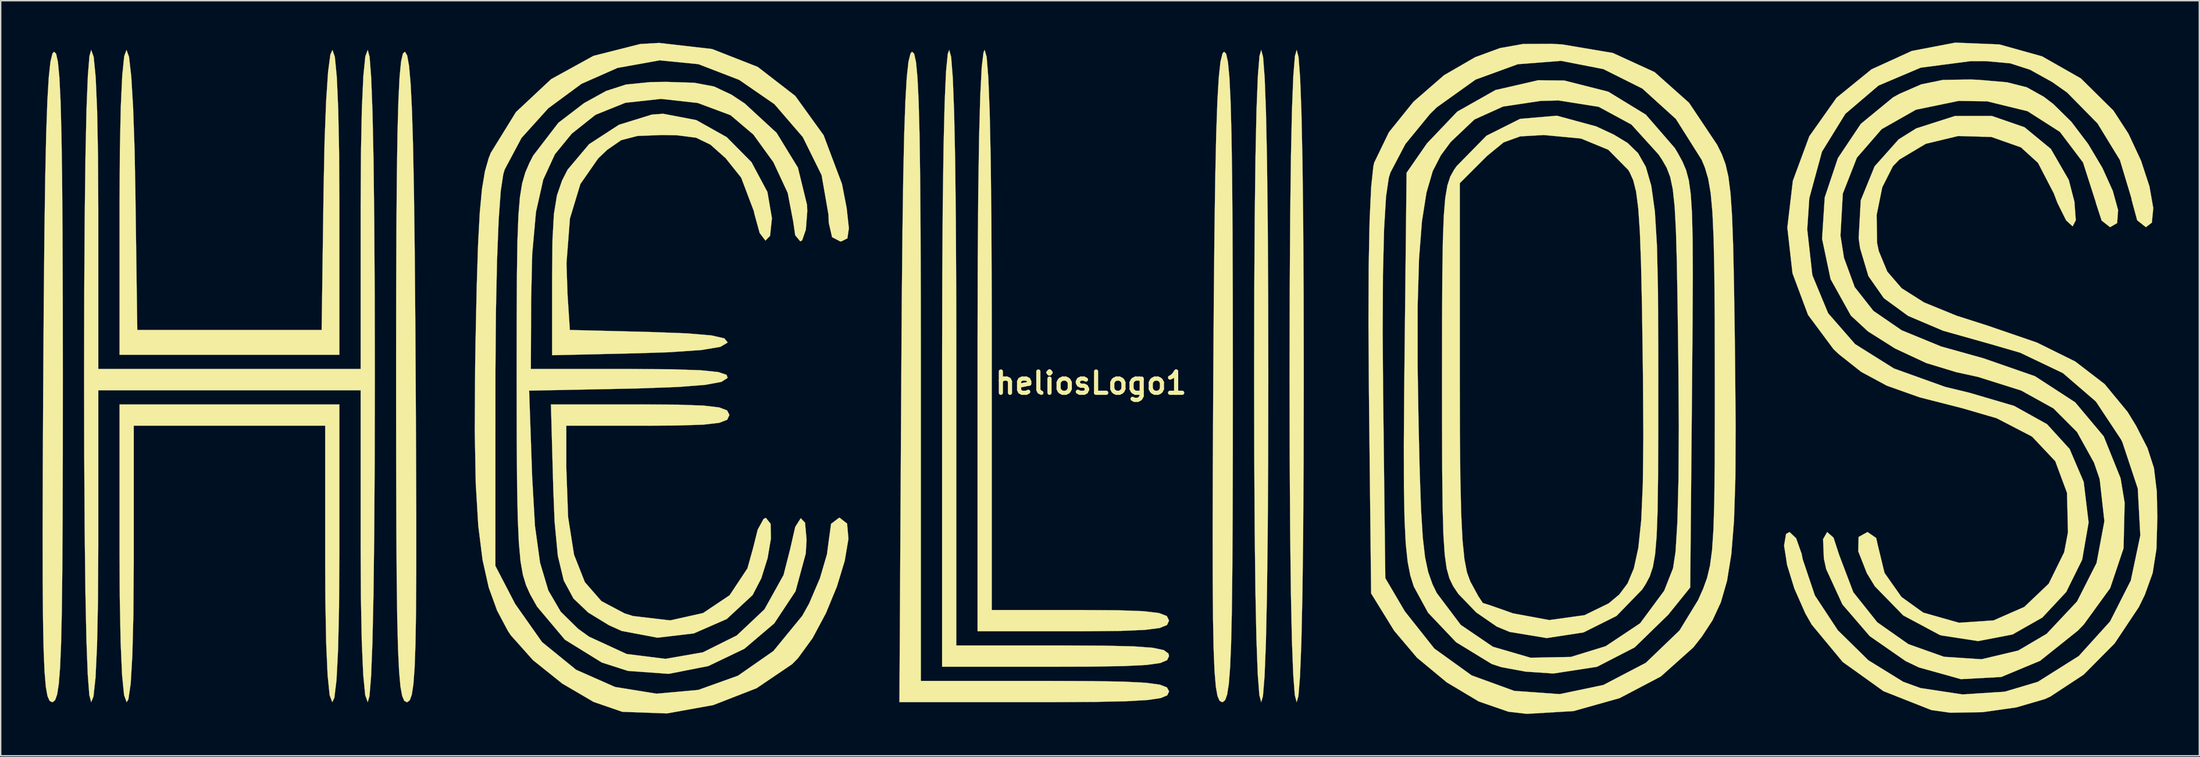
<source format=kicad_pcb>
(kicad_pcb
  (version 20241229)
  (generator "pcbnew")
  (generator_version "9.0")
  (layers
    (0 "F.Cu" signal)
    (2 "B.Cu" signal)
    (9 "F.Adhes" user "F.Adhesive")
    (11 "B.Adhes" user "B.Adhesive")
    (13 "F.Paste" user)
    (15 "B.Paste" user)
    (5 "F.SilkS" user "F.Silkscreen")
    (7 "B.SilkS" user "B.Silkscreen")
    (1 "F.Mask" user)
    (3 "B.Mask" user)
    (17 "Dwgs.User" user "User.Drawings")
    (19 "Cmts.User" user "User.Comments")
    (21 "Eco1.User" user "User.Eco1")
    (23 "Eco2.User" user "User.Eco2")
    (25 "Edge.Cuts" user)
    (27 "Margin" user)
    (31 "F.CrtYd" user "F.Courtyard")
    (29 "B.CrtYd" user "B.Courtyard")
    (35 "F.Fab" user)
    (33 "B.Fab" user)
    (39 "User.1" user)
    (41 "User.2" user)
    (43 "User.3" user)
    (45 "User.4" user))
  (footprint "heliosLogo1"
    (layer "F.Cu")
    (at 75.111 24.405)
    (property "Reference" "heliosLogo1" (at 0 0 0) (layer "F.SilkS") (effects (font (size 1.524 1.524) (thickness 0.3))))
    (attr through_hole)
    (fp_poly (pts (xy -68.918 -23.384) (xy -68.757 -21.968) (xy -68.623 -19.724) (xy -68.52 -16.743) (xy -68.464 -13.843) (xy -68.326 -3.81) (xy -55.118 -3.81) (xy -54.98 -13.843) (xy -54.908 -17.354) (xy -54.798 -20.204) (xy -54.658 -22.3) (xy -54.493 -23.549) (xy -54.345 -23.876) (xy -54.173 -23.381) (xy -54.034 -21.943) (xy -53.931 -19.638) (xy -53.868 -16.54) (xy -53.848 -12.954) (xy -53.848 -2.032) (xy -69.596 -2.032) (xy -69.596 -12.954) (xy -69.573 -16.734) (xy -69.508 -19.79) (xy -69.403 -22.048) (xy -69.262 -23.434) (xy -69.099 -23.876) (xy -68.918 -23.384)) (stroke (width 0.01) (type solid)) (fill yes) (layer "F.SilkS"))
    (fp_poly (pts (xy -53.848 12.192) (xy -53.872 16.043) (xy -53.941 19.089) (xy -54.054 21.273) (xy -54.207 22.542) (xy -54.356 22.86) (xy -54.545 22.363) (xy -54.692 20.911) (xy -54.796 18.566) (xy -54.854 15.389) (xy -54.864 12.954) (xy -54.864 3.048) (xy -68.58 3.048) (xy -68.58 12.954) (xy -68.606 16.63) (xy -68.68 19.513) (xy -68.8 21.542) (xy -68.963 22.656) (xy -69.088 22.86) (xy -69.271 22.362) (xy -69.416 20.903) (xy -69.52 18.539) (xy -69.581 15.326) (xy -69.596 12.192) (xy -69.596 1.524) (xy -53.848 1.524) (xy -53.848 12.192)) (stroke (width 0.01) (type solid)) (fill yes) (layer "F.SilkS"))
    (fp_poly (pts (xy 12.326 -23.371) (xy 12.44 -21.869) (xy 12.534 -19.387) (xy 12.607 -15.945) (xy 12.659 -11.56) (xy 12.691 -6.251) (xy 12.7 -0.508) (xy 12.689 5.643) (xy 12.656 10.887) (xy 12.602 15.205) (xy 12.528 18.58) (xy 12.432 20.992) (xy 12.317 22.424) (xy 12.192 22.86) (xy 12.058 22.355) (xy 11.944 20.853) (xy 11.85 18.371) (xy 11.777 14.929) (xy 11.725 10.544) (xy 11.693 5.235) (xy 11.684 -0.508) (xy 11.695 -6.659) (xy 11.728 -11.903) (xy 11.782 -16.221) (xy 11.856 -19.596) (xy 11.952 -22.008) (xy 12.067 -23.44) (xy 12.192 -23.876) (xy 12.326 -23.371)) (stroke (width 0.01) (type solid)) (fill yes) (layer "F.SilkS"))
    (fp_poly (pts (xy 14.866 -23.371) (xy 14.98 -21.869) (xy 15.074 -19.387) (xy 15.147 -15.945) (xy 15.199 -11.56) (xy 15.231 -6.251) (xy 15.24 -0.508) (xy 15.229 5.643) (xy 15.196 10.887) (xy 15.142 15.205) (xy 15.068 18.58) (xy 14.972 20.992) (xy 14.857 22.424) (xy 14.732 22.86) (xy 14.598 22.355) (xy 14.484 20.853) (xy 14.39 18.371) (xy 14.317 14.929) (xy 14.265 10.544) (xy 14.233 5.235) (xy 14.224 -0.508) (xy 14.235 -6.659) (xy 14.268 -11.903) (xy 14.322 -16.221) (xy 14.396 -19.596) (xy 14.492 -22.008) (xy 14.607 -23.44) (xy 14.732 -23.876) (xy 14.866 -23.371)) (stroke (width 0.01) (type solid)) (fill yes) (layer "F.SilkS"))
    (fp_poly (pts (xy -10.021 -23.372) (xy -9.903 -21.872) (xy -9.808 -19.399) (xy -9.734 -15.972) (xy -9.684 -11.614) (xy -9.657 -6.344) (xy -9.652 -2.54) (xy -9.652 18.796) (xy -2.032 18.796) (xy 0.95 18.81) (xy 3.058 18.861) (xy 4.433 18.963) (xy 5.215 19.13) (xy 5.547 19.377) (xy 5.588 19.558) (xy 5.453 19.848) (xy 4.958 20.056) (xy 3.965 20.194) (xy 2.337 20.275) (xy -0.064 20.313) (xy -2.54 20.32) (xy -10.668 20.32) (xy -10.668 -1.778) (xy -10.656 -7.735) (xy -10.622 -12.789) (xy -10.565 -16.923) (xy -10.486 -20.115) (xy -10.386 -22.345) (xy -10.264 -23.595) (xy -10.16 -23.876) (xy -10.021 -23.372)) (stroke (width 0.01) (type solid)) (fill yes) (layer "F.SilkS"))
    (fp_poly (pts (xy -7.477 -23.372) (xy -7.357 -21.875) (xy -7.26 -19.408) (xy -7.187 -15.993) (xy -7.138 -11.654) (xy -7.115 -6.413) (xy -7.112 -3.81) (xy -7.112 16.256) (xy -0.762 16.256) (xy 1.928 16.274) (xy 3.755 16.34) (xy 4.872 16.473) (xy 5.432 16.69) (xy 5.588 17.011) (xy 5.588 17.018) (xy 5.443 17.33) (xy 4.911 17.546) (xy 3.842 17.682) (xy 2.09 17.754) (xy -0.493 17.779) (xy -1.27 17.78) (xy -8.128 17.78) (xy -8.128 -3.048) (xy -8.116 -8.804) (xy -8.079 -13.665) (xy -8.019 -17.608) (xy -7.935 -20.613) (xy -7.829 -22.657) (xy -7.701 -23.718) (xy -7.62 -23.876) (xy -7.477 -23.372)) (stroke (width 0.01) (type solid)) (fill yes) (layer "F.SilkS"))
    (fp_poly (pts (xy -12.67 -23.606) (xy -12.54 -23.014) (xy -12.434 -21.901) (xy -12.35 -20.195) (xy -12.286 -17.822) (xy -12.241 -14.711) (xy -12.211 -10.789) (xy -12.196 -5.983) (xy -12.192 -1.312) (xy -12.192 21.336) (xy -3.302 21.336) (xy -0.05 21.347) (xy 2.319 21.388) (xy 3.935 21.47) (xy 4.931 21.605) (xy 5.438 21.803) (xy 5.587 22.076) (xy 5.588 22.098) (xy 5.462 22.367) (xy 4.999 22.565) (xy 4.073 22.704) (xy 2.556 22.792) (xy 0.322 22.841) (xy -2.757 22.859) (xy -4.069 22.86) (xy -13.726 22.86) (xy -13.594 -0.339) (xy -13.556 -6.063) (xy -13.509 -10.842) (xy -13.453 -14.745) (xy -13.384 -17.845) (xy -13.3 -20.211) (xy -13.2 -21.913) (xy -13.08 -23.023) (xy -12.938 -23.611) (xy -12.827 -23.749) (xy -12.67 -23.606)) (stroke (width 0.01) (type solid)) (fill yes) (layer "F.SilkS"))
    (fp_poly (pts (xy -74.141 -23.606) (xy -74.012 -23.016) (xy -73.907 -21.909) (xy -73.823 -20.213) (xy -73.759 -17.856) (xy -73.712 -14.767) (xy -73.682 -10.875) (xy -73.665 -6.108) (xy -73.66 -0.55) (xy -73.663 4.988) (xy -73.674 9.593) (xy -73.697 13.349) (xy -73.732 16.339) (xy -73.784 18.646) (xy -73.856 20.354) (xy -73.949 21.546) (xy -74.066 22.304) (xy -74.211 22.713) (xy -74.385 22.856) (xy -74.427 22.86) (xy -74.609 22.766) (xy -74.758 22.427) (xy -74.878 21.759) (xy -74.969 20.679) (xy -75.036 19.103) (xy -75.079 16.948) (xy -75.102 14.128) (xy -75.106 10.561) (xy -75.095 6.162) (xy -75.069 0.848) (xy -75.062 -0.339) (xy -75.024 -6.063) (xy -74.977 -10.842) (xy -74.921 -14.745) (xy -74.852 -17.845) (xy -74.768 -20.211) (xy -74.668 -21.913) (xy -74.548 -23.023) (xy -74.406 -23.611) (xy -74.295 -23.749) (xy -74.141 -23.606)) (stroke (width 0.01) (type solid)) (fill yes) (layer "F.SilkS"))
    (fp_poly (pts (xy -48.991 -23.479) (xy -48.857 -22.735) (xy -48.743 -21.448) (xy -48.648 -19.545) (xy -48.569 -16.958) (xy -48.504 -13.614) (xy -48.451 -9.444) (xy -48.408 -4.377) (xy -48.382 -0.339) (xy -48.354 5.169) (xy -48.339 9.745) (xy -48.34 13.473) (xy -48.358 16.436) (xy -48.398 18.719) (xy -48.459 20.405) (xy -48.546 21.578) (xy -48.66 22.321) (xy -48.803 22.72) (xy -48.978 22.857) (xy -49.017 22.86) (xy -49.198 22.764) (xy -49.349 22.419) (xy -49.472 21.742) (xy -49.57 20.651) (xy -49.646 19.062) (xy -49.702 16.89) (xy -49.741 14.054) (xy -49.766 10.47) (xy -49.779 6.055) (xy -49.784 0.724) (xy -49.784 -0.55) (xy -49.779 -6.239) (xy -49.762 -10.983) (xy -49.731 -14.854) (xy -49.684 -17.924) (xy -49.619 -20.263) (xy -49.535 -21.944) (xy -49.429 -23.037) (xy -49.3 -23.614) (xy -49.149 -23.749) (xy -48.991 -23.479)) (stroke (width 0.01) (type solid)) (fill yes) (layer "F.SilkS"))
    (fp_poly (pts (xy 9.679 -23.606) (xy 9.808 -23.016) (xy 9.913 -21.909) (xy 9.997 -20.213) (xy 10.061 -17.856) (xy 10.108 -14.767) (xy 10.138 -10.875) (xy 10.155 -6.108) (xy 10.16 -0.55) (xy 10.157 4.988) (xy 10.146 9.593) (xy 10.123 13.349) (xy 10.088 16.339) (xy 10.036 18.646) (xy 9.964 20.354) (xy 9.871 21.546) (xy 9.754 22.304) (xy 9.609 22.713) (xy 9.435 22.856) (xy 9.393 22.86) (xy 9.211 22.766) (xy 9.062 22.427) (xy 8.942 21.759) (xy 8.851 20.679) (xy 8.784 19.103) (xy 8.741 16.948) (xy 8.718 14.128) (xy 8.714 10.561) (xy 8.725 6.162) (xy 8.751 0.848) (xy 8.758 -0.339) (xy 8.796 -6.063) (xy 8.843 -10.842) (xy 8.899 -14.745) (xy 8.968 -17.845) (xy 9.052 -20.211) (xy 9.152 -21.913) (xy 9.272 -23.023) (xy 9.414 -23.611) (xy 9.525 -23.749) (xy 9.679 -23.606)) (stroke (width 0.01) (type solid)) (fill yes) (layer "F.SilkS"))
    (fp_poly (pts (xy -29.6 1.542) (xy -27.763 1.607) (xy -26.637 1.739) (xy -26.07 1.954) (xy -25.908 2.272) (xy -25.908 2.286) (xy -26.064 2.621) (xy -26.638 2.843) (xy -27.787 2.975) (xy -29.671 3.036) (xy -31.75 3.048) (xy -37.592 3.048) (xy -37.592 6.025) (xy -37.463 9.59) (xy -37.037 12.294) (xy -36.259 14.262) (xy -35.072 15.621) (xy -33.419 16.496) (xy -32.808 16.688) (xy -30.15 16.999) (xy -27.791 16.472) (xy -25.893 15.199) (xy -24.615 13.271) (xy -24.208 11.811) (xy -23.88 10.494) (xy -23.459 9.73) (xy -23.295 9.652) (xy -22.955 10.075) (xy -22.932 11.141) (xy -23.172 12.547) (xy -23.623 13.989) (xy -24.234 15.165) (xy -24.256 15.196) (xy -26.093 16.9) (xy -28.457 17.934) (xy -31.061 18.24) (xy -33.621 17.758) (xy -34.536 17.347) (xy -36.02 16.439) (xy -37.073 15.438) (xy -37.772 14.148) (xy -38.198 12.376) (xy -38.43 9.927) (xy -38.524 7.585) (xy -38.693 1.524) (xy -32.301 1.524) (xy -29.6 1.542)) (stroke (width 0.01) (type solid)) (fill yes) (layer "F.SilkS"))
    (fp_poly (pts (xy -28.279 -18.851) (xy -26.099 -17.628) (xy -24.329 -15.842) (xy -23.183 -13.7) (xy -22.86 -11.819) (xy -22.995 -10.554) (xy -23.326 -10.215) (xy -23.739 -10.758) (xy -24.12 -12.141) (xy -24.149 -12.307) (xy -25.063 -14.725) (xy -26.175 -16.117) (xy -27.265 -17.089) (xy -28.292 -17.587) (xy -29.679 -17.764) (xy -30.734 -17.78) (xy -32.493 -17.713) (xy -33.663 -17.409) (xy -34.668 -16.713) (xy -35.308 -16.102) (xy -36.582 -14.271) (xy -37.331 -11.799) (xy -37.579 -8.583) (xy -37.503 -6.35) (xy -37.338 -3.81) (xy -31.586 -3.666) (xy -28.939 -3.568) (xy -27.202 -3.421) (xy -26.269 -3.211) (xy -26.035 -2.922) (xy -26.04 -2.904) (xy -26.556 -2.6) (xy -27.915 -2.373) (xy -30.181 -2.217) (xy -32.427 -2.143) (xy -38.608 -2.001) (xy -38.608 -7.662) (xy -38.582 -10.275) (xy -38.478 -12.122) (xy -38.262 -13.454) (xy -37.896 -14.519) (xy -37.498 -15.298) (xy -35.961 -17.123) (xy -33.819 -18.515) (xy -31.459 -19.246) (xy -30.654 -19.304) (xy -28.279 -18.851)) (stroke (width 0.01) (type solid)) (fill yes) (layer "F.SilkS"))
    (fp_poly (pts (xy -51.682 -23.371) (xy -51.568 -21.869) (xy -51.474 -19.387) (xy -51.401 -15.945) (xy -51.349 -11.56) (xy -51.317 -6.251) (xy -51.308 -0.508) (xy -51.319 5.643) (xy -51.352 10.887) (xy -51.406 15.205) (xy -51.48 18.58) (xy -51.576 20.992) (xy -51.691 22.424) (xy -51.816 22.86) (xy -51.996 22.361) (xy -52.139 20.898) (xy -52.243 18.524) (xy -52.306 15.289) (xy -52.324 11.684) (xy -52.324 0.508) (xy -71.12 0.508) (xy -71.12 11.684) (xy -71.143 15.649) (xy -71.209 18.8) (xy -71.317 21.086) (xy -71.464 22.455) (xy -71.628 22.86) (xy -71.762 22.355) (xy -71.876 20.853) (xy -71.97 18.371) (xy -72.043 14.929) (xy -72.095 10.544) (xy -72.127 5.235) (xy -72.136 -0.508) (xy -72.125 -6.659) (xy -72.092 -11.903) (xy -72.038 -16.221) (xy -71.964 -19.596) (xy -71.868 -22.008) (xy -71.753 -23.44) (xy -71.628 -23.876) (xy -71.449 -23.377) (xy -71.307 -21.912) (xy -71.203 -19.533) (xy -71.14 -16.288) (xy -71.12 -12.446) (xy -71.12 -1.016) (xy -52.324 -1.016) (xy -52.324 -12.446) (xy -52.302 -16.466) (xy -52.237 -19.669) (xy -52.131 -22.005) (xy -51.987 -23.424) (xy -51.816 -23.876) (xy -51.682 -23.371)) (stroke (width 0.01) (type solid)) (fill yes) (layer "F.SilkS"))
    (fp_poly (pts (xy 65.078 -24.271) (xy 68.132 -23.418) (xy 70.91 -21.838) (xy 73.244 -19.531) (xy 74.318 -17.88) (xy 75.218 -15.951) (xy 75.825 -14.102) (xy 76.098 -12.548) (xy 75.998 -11.504) (xy 75.57 -11.176) (xy 74.944 -11.671) (xy 74.545 -13.15) (xy 74.53 -13.259) (xy 73.71 -15.984) (xy 72.106 -18.608) (xy 69.93 -20.821) (xy 68.86 -21.577) (xy 67.268 -22.459) (xy 65.849 -22.917) (xy 64.128 -23.073) (xy 63.031 -23.076) (xy 59.433 -22.605) (xy 56.415 -21.324) (xy 54.038 -19.297) (xy 52.365 -16.587) (xy 51.458 -13.259) (xy 51.308 -11.018) (xy 51.675 -7.738) (xy 52.806 -5.011) (xy 54.74 -2.796) (xy 57.522 -1.051) (xy 61.191 0.267) (xy 62.916 0.684) (xy 66.132 1.629) (xy 68.489 2.941) (xy 70.105 4.715) (xy 71.101 7.043) (xy 71.118 7.103) (xy 71.466 9.988) (xy 71.005 12.652) (xy 69.86 14.966) (xy 68.153 16.796) (xy 66.009 18.012) (xy 63.553 18.483) (xy 60.908 18.077) (xy 60.785 18.035) (xy 58.187 16.645) (xy 56.156 14.563) (xy 55.578 13.614) (xy 54.963 12.046) (xy 54.989 11.022) (xy 55.626 10.668) (xy 56.246 11.094) (xy 56.388 11.709) (xy 56.846 13.598) (xy 58.058 15.319) (xy 59.617 16.441) (xy 62.183 17.169) (xy 64.657 17) (xy 66.859 16.033) (xy 68.606 14.371) (xy 69.717 12.113) (xy 69.987 10.69) (xy 69.918 7.859) (xy 69.076 5.591) (xy 67.413 3.828) (xy 64.881 2.515) (xy 62.429 1.8) (xy 59.344 1.012) (xy 57.011 0.182) (xy 55.172 -0.809) (xy 53.566 -2.079) (xy 53.191 -2.435) (xy 51.365 -4.891) (xy 50.253 -7.869) (xy 49.883 -11.146) (xy 50.278 -14.499) (xy 51.459 -17.694) (xy 53.409 -20.451) (xy 55.912 -22.488) (xy 58.801 -23.805) (xy 61.912 -24.4) (xy 65.078 -24.271)) (stroke (width 0.01) (type solid)) (fill yes) (layer "F.SilkS"))
    (fp_poly (pts (xy 63.598 -21.734) (xy 65.625 -21.559) (xy 67.041 -21.199) (xy 68.254 -20.522) (xy 68.932 -20.006) (xy 70.234 -18.724) (xy 71.438 -17.133) (xy 72.455 -15.422) (xy 73.198 -13.781) (xy 73.579 -12.401) (xy 73.51 -11.471) (xy 73.005 -11.176) (xy 72.399 -11.647) (xy 71.987 -12.915) (xy 71.977 -12.975) (xy 71.066 -15.814) (xy 69.41 -18.005) (xy 67.09 -19.486) (xy 64.19 -20.196) (xy 62.15 -20.223) (xy 59.096 -19.593) (xy 56.641 -18.2) (xy 54.867 -16.157) (xy 53.856 -13.577) (xy 53.69 -10.57) (xy 53.941 -8.982) (xy 54.71 -6.882) (xy 56.05 -5.179) (xy 58.075 -3.789) (xy 60.903 -2.628) (xy 63.929 -1.783) (xy 67.625 -0.498) (xy 70.503 1.372) (xy 72.551 3.814) (xy 73.758 6.815) (xy 74.047 8.571) (xy 73.969 11.835) (xy 73.013 14.686) (xy 71.116 17.301) (xy 70.703 17.727) (xy 67.99 19.897) (xy 65.205 21.056) (xy 62.319 21.212) (xy 59.301 20.368) (xy 58.36 19.917) (xy 55.785 18.128) (xy 53.829 15.857) (xy 52.665 13.323) (xy 52.499 12.565) (xy 52.443 11.18) (xy 52.736 10.668) (xy 53.192 11.072) (xy 53.6 12.319) (xy 54.612 14.985) (xy 56.327 17.136) (xy 58.554 18.701) (xy 61.105 19.607) (xy 63.792 19.784) (xy 66.426 19.159) (xy 68.458 17.962) (xy 70.637 15.643) (xy 72.036 12.883) (xy 72.596 9.89) (xy 72.259 6.876) (xy 71.855 5.699) (xy 70.634 3.499) (xy 68.948 1.81) (xy 66.638 0.53) (xy 63.548 -0.445) (xy 61.976 -0.789) (xy 59.833 -1.441) (xy 57.604 -2.48) (xy 55.66 -3.708) (xy 54.435 -4.841) (xy 52.981 -7.455) (xy 52.372 -10.346) (xy 52.561 -13.305) (xy 53.502 -16.121) (xy 55.149 -18.582) (xy 57.456 -20.478) (xy 57.919 -20.733) (xy 59.483 -21.414) (xy 61.026 -21.729) (xy 63.004 -21.76) (xy 63.598 -21.734)) (stroke (width 0.01) (type solid)) (fill yes) (layer "F.SilkS"))
    (fp_poly (pts (xy -27.149 -23.944) (xy -23.874 -22.66) (xy -21.189 -20.582) (xy -19.157 -17.767) (xy -17.84 -14.268) (xy -17.51 -12.573) (xy -17.347 -11.099) (xy -17.455 -10.376) (xy -17.88 -10.163) (xy -17.976 -10.16) (xy -18.552 -10.461) (xy -18.789 -11.491) (xy -18.807 -12.065) (xy -19.302 -14.907) (xy -20.647 -17.629) (xy -22.683 -19.991) (xy -25.209 -21.732) (xy -28.126 -22.857) (xy -30.907 -23.131) (xy -33.912 -22.59) (xy -33.932 -22.584) (xy -36.508 -21.446) (xy -38.882 -19.696) (xy -40.799 -17.572) (xy -42.003 -15.313) (xy -42.104 -14.986) (xy -42.287 -13.783) (xy -42.439 -11.672) (xy -42.555 -8.757) (xy -42.633 -5.146) (xy -42.668 -0.945) (xy -42.669 0.069) (xy -42.672 13.092) (xy -41.256 15.817) (xy -39.329 18.553) (xy -36.889 20.537) (xy -34.101 21.769) (xy -31.13 22.251) (xy -28.138 21.982) (xy -25.292 20.962) (xy -22.753 19.192) (xy -20.688 16.671) (xy -20.193 15.784) (xy -19.424 13.985) (xy -18.917 12.26) (xy -18.796 11.339) (xy -18.624 10.081) (xy -18.065 9.654) (xy -18.003 9.652) (xy -17.476 10.061) (xy -17.378 11.154) (xy -17.643 12.725) (xy -18.203 14.571) (xy -18.994 16.488) (xy -19.948 18.27) (xy -21 19.716) (xy -21.413 20.136) (xy -23.955 21.858) (xy -27.066 23.069) (xy -30.387 23.667) (xy -33.557 23.552) (xy -33.598 23.545) (xy -35.641 22.84) (xy -37.883 21.526) (xy -39.977 19.85) (xy -41.574 18.059) (xy -41.785 17.738) (xy -42.55 16.295) (xy -43.148 14.645) (xy -43.592 12.663) (xy -43.898 10.221) (xy -44.079 7.193) (xy -44.149 3.451) (xy -44.123 -1.131) (xy -44.093 -3.006) (xy -44.01 -6.905) (xy -43.913 -9.93) (xy -43.79 -12.222) (xy -43.63 -13.924) (xy -43.421 -15.177) (xy -43.152 -16.123) (xy -42.998 -16.51) (xy -41.198 -19.425) (xy -38.679 -21.784) (xy -35.644 -23.454) (xy -32.3 -24.301) (xy -30.951 -24.379) (xy -27.149 -23.944)) (stroke (width 0.01) (type solid)) (fill yes) (layer "F.SilkS"))
    (fp_poly (pts (xy 33.901 -21.686) (xy 37.055 -20.886) (xy 39.747 -19.24) (xy 41.82 -16.849) (xy 42.036 -16.489) (xy 42.37 -15.878) (xy 42.631 -15.265) (xy 42.827 -14.526) (xy 42.965 -13.534) (xy 43.053 -12.165) (xy 43.099 -10.293) (xy 43.111 -7.795) (xy 43.095 -4.543) (xy 43.061 -0.414) (xy 43.057 0.081) (xy 42.926 14.64) (xy 41.354 16.591) (xy 38.947 18.935) (xy 36.247 20.326) (xy 33.176 20.799) (xy 33.02 20.8) (xy 31.121 20.67) (xy 29.391 20.35) (xy 28.702 20.122) (xy 26.152 18.563) (xy 24.145 16.449) (xy 23.127 14.582) (xy 22.875 13.79) (xy 22.684 12.811) (xy 22.547 11.515) (xy 22.46 9.774) (xy 22.415 7.458) (xy 22.409 4.439) (xy 22.435 0.588) (xy 22.455 -1.281) (xy 23.397 -1.281) (xy 23.465 2.918) (xy 23.549 6.427) (xy 23.643 9.082) (xy 23.764 11.045) (xy 23.93 12.479) (xy 24.156 13.545) (xy 24.462 14.406) (xy 24.765 15.035) (xy 26.488 17.322) (xy 28.791 18.888) (xy 31.483 19.673) (xy 34.371 19.618) (xy 36.87 18.849) (xy 39.335 17.207) (xy 41.06 14.874) (xy 41.694 13.266) (xy 41.876 12.07) (xy 42.007 9.925) (xy 42.085 6.896) (xy 42.108 3.051) (xy 42.075 -1.545) (xy 42.074 -1.563) (xy 42.022 -5.53) (xy 41.969 -8.613) (xy 41.902 -10.946) (xy 41.809 -12.661) (xy 41.677 -13.89) (xy 41.493 -14.767) (xy 41.244 -15.424) (xy 40.919 -15.993) (xy 40.649 -16.395) (xy 38.712 -18.531) (xy 36.371 -19.799) (xy 33.5 -20.255) (xy 32.221 -20.226) (xy 29.519 -19.82) (xy 27.468 -18.894) (xy 25.769 -17.283) (xy 25.061 -16.324) (xy 24.479 -15.194) (xy 24.03 -13.65) (xy 23.706 -11.59) (xy 23.498 -8.91) (xy 23.398 -5.508) (xy 23.397 -1.281) (xy 22.455 -1.281) (xy 22.455 -1.324) (xy 22.606 -15.075) (xy 24.068 -17.184) (xy 26.235 -19.457) (xy 28.969 -21.001) (xy 32.033 -21.706) (xy 33.901 -21.686)) (stroke (width 0.01) (type solid)) (fill yes) (layer "F.SilkS"))
    (fp_poly (pts (xy 66.874 -18.338) (xy 68.762 -16.785) (xy 70.045 -14.562) (xy 70.448 -13.008) (xy 70.548 -11.674) (xy 70.322 -11.236) (xy 69.856 -11.661) (xy 69.233 -12.914) (xy 68.976 -13.593) (xy 67.839 -15.785) (xy 66.619 -16.895) (xy 64.506 -17.639) (xy 62.118 -17.708) (xy 59.804 -17.152) (xy 57.911 -16.024) (xy 57.444 -15.542) (xy 56.684 -14.037) (xy 56.28 -12.042) (xy 56.313 -10.044) (xy 56.435 -9.462) (xy 57.045 -7.992) (xy 58.073 -6.802) (xy 59.677 -5.785) (xy 62.017 -4.83) (xy 64.203 -4.132) (xy 67.77 -2.907) (xy 70.51 -1.551) (xy 72.609 0.061) (xy 74.256 2.056) (xy 74.864 3.049) (xy 75.684 4.65) (xy 76.147 6.08) (xy 76.35 7.759) (xy 76.391 9.598) (xy 76.325 11.893) (xy 76.055 13.608) (xy 75.492 15.17) (xy 75.063 16.048) (xy 73.331 18.649) (xy 71.114 20.886) (xy 68.714 22.464) (xy 68.321 22.641) (xy 66.281 23.236) (xy 63.866 23.577) (xy 61.558 23.617) (xy 60.198 23.425) (xy 56.772 22.072) (xy 53.853 19.982) (xy 51.627 17.3) (xy 51.177 16.51) (xy 50.389 14.727) (xy 49.865 13.024) (xy 49.65 11.637) (xy 49.791 10.805) (xy 50.041 10.668) (xy 50.514 11.116) (xy 50.908 12.231) (xy 50.981 12.611) (xy 51.854 15.208) (xy 53.5 17.707) (xy 55.686 19.855) (xy 58.183 21.398) (xy 59.415 21.847) (xy 62.423 22.304) (xy 65.457 22.109) (xy 67.829 21.401) (xy 70.762 19.552) (xy 73.001 17.077) (xy 74.489 14.141) (xy 75.17 10.91) (xy 74.988 7.551) (xy 73.884 4.227) (xy 73.787 4.032) (xy 71.988 1.317) (xy 69.628 -0.718) (xy 66.564 -2.18) (xy 64.437 -2.799) (xy 61.042 -3.755) (xy 58.537 -4.818) (xy 56.796 -6.09) (xy 55.69 -7.672) (xy 55.094 -9.667) (xy 54.993 -10.387) (xy 55.142 -13.1) (xy 56.135 -15.536) (xy 57.855 -17.467) (xy 59.119 -18.257) (xy 61.898 -19.146) (xy 64.534 -19.148) (xy 66.874 -18.338)) (stroke (width 0.01) (type solid)) (fill yes) (layer "F.SilkS"))
    (fp_poly (pts (xy 33.762 -24.272) (xy 37.384 -23.659) (xy 40.374 -22.289) (xy 42.843 -20.09) (xy 44.851 -17.086) (xy 45.192 -16.399) (xy 45.459 -15.678) (xy 45.662 -14.79) (xy 45.813 -13.6) (xy 45.923 -11.975) (xy 46.004 -9.782) (xy 46.065 -6.886) (xy 46.12 -3.153) (xy 46.138 -1.656) (xy 46.179 3.026) (xy 46.16 6.821) (xy 46.063 9.858) (xy 45.87 12.265) (xy 45.562 14.17) (xy 45.121 15.702) (xy 44.526 16.989) (xy 43.761 18.16) (xy 43.146 18.94) (xy 40.822 21.018) (xy 37.866 22.571) (xy 34.569 23.498) (xy 31.223 23.697) (xy 29.902 23.545) (xy 27.775 22.809) (xy 25.479 21.437) (xy 23.35 19.671) (xy 21.727 17.754) (xy 21.608 17.567) (xy 20.066 15.068) (xy 19.907 0.549) (xy 19.88 -3.59) (xy 20.893 -3.59) (xy 20.925 0.675) (xy 21.082 13.97) (xy 22.481 16.35) (xy 24.594 19.017) (xy 27.265 20.939) (xy 30.316 22.05) (xy 33.572 22.283) (xy 36.704 21.627) (xy 39.745 20.038) (xy 42.16 17.719) (xy 43.484 15.553) (xy 43.848 14.739) (xy 44.131 13.957) (xy 44.342 13.072) (xy 44.492 11.946) (xy 44.592 10.443) (xy 44.651 8.426) (xy 44.679 5.758) (xy 44.688 2.301) (xy 44.688 -0.508) (xy 44.68 -4.634) (xy 44.654 -7.876) (xy 44.602 -10.366) (xy 44.517 -12.235) (xy 44.391 -13.615) (xy 44.215 -14.638) (xy 43.981 -15.436) (xy 43.746 -16.002) (xy 41.899 -18.93) (xy 39.499 -21.106) (xy 36.705 -22.503) (xy 33.677 -23.094) (xy 30.572 -22.853) (xy 27.55 -21.752) (xy 24.77 -19.766) (xy 24.285 -19.289) (xy 22.521 -17.135) (xy 21.449 -15.094) (xy 21.333 -14.722) (xy 21.134 -13.373) (xy 20.994 -11.045) (xy 20.913 -7.772) (xy 20.893 -3.59) (xy 19.88 -3.59) (xy 19.875 -4.286) (xy 19.892 -8.373) (xy 19.957 -11.65) (xy 20.069 -14.057) (xy 20.225 -15.53) (xy 20.286 -15.802) (xy 21.34 -17.98) (xy 23.098 -20.162) (xy 25.288 -22.066) (xy 27.519 -23.357) (xy 29.295 -24.01) (xy 30.965 -24.306) (xy 33.009 -24.314) (xy 33.762 -24.272)) (stroke (width 0.01) (type solid)) (fill yes) (layer "F.SilkS"))
    (fp_poly (pts (xy -28.427 -21.525) (xy -27.014 -21.26) (xy -25.771 -20.678) (xy -24.81 -20.043) (xy -22.527 -17.938) (xy -20.999 -15.444) (xy -20.344 -12.768) (xy -20.328 -12.319) (xy -20.43 -11.001) (xy -20.694 -10.237) (xy -20.828 -10.16) (xy -21.194 -10.599) (xy -21.336 -11.584) (xy -21.729 -13.63) (xy -22.755 -15.833) (xy -24.19 -17.813) (xy -25.807 -19.186) (xy -25.849 -19.21) (xy -28.175 -20.076) (xy -30.802 -20.369) (xy -33.357 -20.091) (xy -35.465 -19.243) (xy -35.565 -19.177) (xy -37.201 -17.876) (xy -38.407 -16.403) (xy -39.242 -14.587) (xy -39.765 -12.257) (xy -40.035 -9.24) (xy -40.11 -5.969) (xy -40.132 -1.016) (xy -32.978 -1.016) (xy -30.026 -0.995) (xy -27.974 -0.925) (xy -26.707 -0.796) (xy -26.109 -0.596) (xy -26.034 -0.381) (xy -26.469 -0.095) (xy -27.621 0.12) (xy -29.581 0.274) (xy -32.443 0.378) (xy -33.249 0.396) (xy -40.254 0.537) (xy -40.036 6.746) (xy -39.837 10.221) (xy -39.472 12.865) (xy -38.878 14.856) (xy -37.992 16.375) (xy -36.748 17.6) (xy -35.958 18.167) (xy -33.268 19.407) (xy -30.491 19.755) (xy -27.802 19.286) (xy -25.378 18.078) (xy -23.395 16.207) (xy -22.028 13.749) (xy -21.558 11.901) (xy -21.192 10.302) (xy -20.797 9.679) (xy -20.488 9.998) (xy -20.378 11.228) (xy -20.437 12.212) (xy -21.168 14.909) (xy -22.693 17.215) (xy -24.834 19.034) (xy -27.414 20.271) (xy -30.254 20.831) (xy -33.176 20.62) (xy -35.048 20.019) (xy -37.692 18.384) (xy -39.688 16.011) (xy -40.181 15.133) (xy -40.473 14.488) (xy -40.7 13.743) (xy -40.87 12.767) (xy -40.991 11.432) (xy -41.071 9.608) (xy -41.119 7.165) (xy -41.142 3.974) (xy -41.148 -0.095) (xy -41.148 -0.408) (xy -41.145 -4.495) (xy -41.13 -7.699) (xy -41.093 -10.152) (xy -41.024 -11.985) (xy -40.914 -13.333) (xy -40.752 -14.326) (xy -40.528 -15.098) (xy -40.234 -15.781) (xy -39.966 -16.303) (xy -38.162 -18.655) (xy -36.32 -20.066) (xy -34.743 -20.937) (xy -33.311 -21.4) (xy -31.56 -21.573) (xy -30.431 -21.588) (xy -28.427 -21.525)) (stroke (width 0.01) (type solid)) (fill yes) (layer "F.SilkS"))
    (fp_poly (pts (xy 36.191 -18.398) (xy 36.234 -18.379) (xy 37.46 -17.806) (xy 38.435 -17.214) (xy 39.187 -16.485) (xy 39.744 -15.5) (xy 40.137 -14.143) (xy 40.394 -12.296) (xy 40.543 -9.84) (xy 40.615 -6.658) (xy 40.637 -2.633) (xy 40.638 -0.456) (xy 40.636 3.604) (xy 40.622 6.776) (xy 40.586 9.19) (xy 40.519 10.975) (xy 40.411 12.258) (xy 40.252 13.169) (xy 40.032 13.836) (xy 39.742 14.388) (xy 39.487 14.784) (xy 37.647 16.68) (xy 35.281 17.863) (xy 32.643 18.267) (xy 29.988 17.826) (xy 29.067 17.443) (xy 27.599 16.433) (xy 26.324 15.112) (xy 26.273 15.042) (xy 25.938 14.539) (xy 25.677 13.999) (xy 25.48 13.296) (xy 25.34 12.304) (xy 25.245 10.897) (xy 25.188 8.949) (xy 25.158 6.335) (xy 25.147 2.928) (xy 25.146 -0.344) (xy 25.149 -4.461) (xy 25.166 -7.687) (xy 25.203 -10.146) (xy 25.27 -11.963) (xy 25.375 -13.261) (xy 25.528 -14.165) (xy 25.58 -14.326) (xy 26.416 -14.326) (xy 26.416 -0.788) (xy 26.425 3.447) (xy 26.457 6.786) (xy 26.518 9.347) (xy 26.613 11.251) (xy 26.75 12.616) (xy 26.933 13.562) (xy 27.17 14.208) (xy 27.191 14.249) (xy 27.746 15.267) (xy 28.068 15.75) (xy 28.08 15.756) (xy 28.581 15.915) (xy 29.703 16.307) (xy 30.226 16.495) (xy 32.828 16.976) (xy 35.356 16.624) (xy 37.084 15.78) (xy 37.842 15.146) (xy 38.437 14.349) (xy 38.888 13.272) (xy 39.209 11.796) (xy 39.418 9.803) (xy 39.532 7.176) (xy 39.567 3.796) (xy 39.54 -0.455) (xy 39.527 -1.524) (xy 39.47 -5.477) (xy 39.403 -8.544) (xy 39.317 -10.854) (xy 39.202 -12.537) (xy 39.048 -13.722) (xy 38.845 -14.538) (xy 38.584 -15.115) (xy 38.474 -15.289) (xy 37.057 -16.723) (xy 35.098 -17.529) (xy 32.437 -17.78) (xy 30.743 -17.682) (xy 29.56 -17.254) (xy 28.39 -16.297) (xy 28.143 -16.053) (xy 26.416 -14.326) (xy 25.58 -14.326) (xy 25.735 -14.801) (xy 26.007 -15.291) (xy 26.193 -15.552) (xy 28.328 -17.73) (xy 30.736 -18.938) (xy 33.371 -19.165) (xy 36.191 -18.398)) (stroke (width 0.01) (type solid)) (fill yes) (layer "F.SilkS")))
  (gr_rect
    (start -3 -3)
    (end 154.508 51.107)
    (stroke (width 0.1) (type default))
    (fill no)
    (layer "Edge.Cuts")))
</source>
